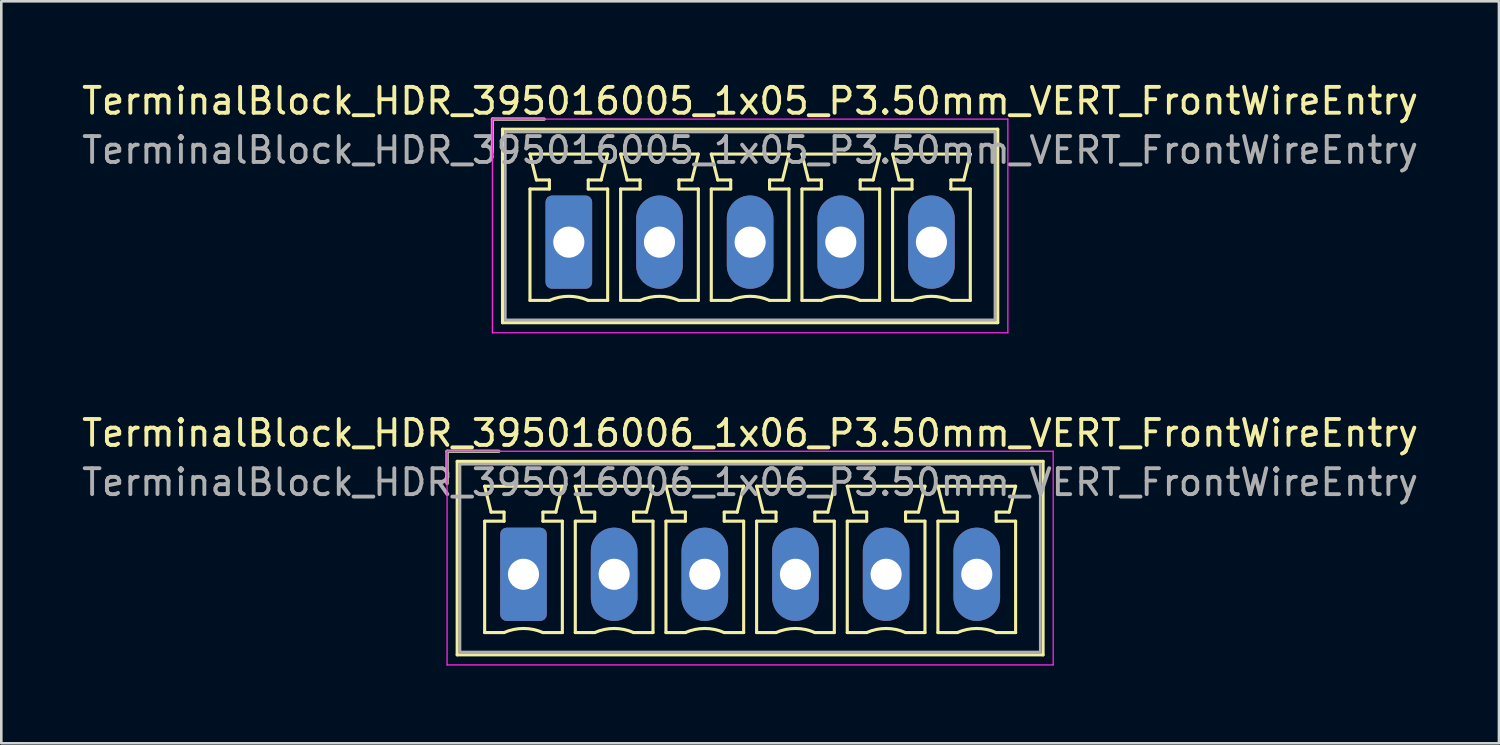
<source format=kicad_pcb>
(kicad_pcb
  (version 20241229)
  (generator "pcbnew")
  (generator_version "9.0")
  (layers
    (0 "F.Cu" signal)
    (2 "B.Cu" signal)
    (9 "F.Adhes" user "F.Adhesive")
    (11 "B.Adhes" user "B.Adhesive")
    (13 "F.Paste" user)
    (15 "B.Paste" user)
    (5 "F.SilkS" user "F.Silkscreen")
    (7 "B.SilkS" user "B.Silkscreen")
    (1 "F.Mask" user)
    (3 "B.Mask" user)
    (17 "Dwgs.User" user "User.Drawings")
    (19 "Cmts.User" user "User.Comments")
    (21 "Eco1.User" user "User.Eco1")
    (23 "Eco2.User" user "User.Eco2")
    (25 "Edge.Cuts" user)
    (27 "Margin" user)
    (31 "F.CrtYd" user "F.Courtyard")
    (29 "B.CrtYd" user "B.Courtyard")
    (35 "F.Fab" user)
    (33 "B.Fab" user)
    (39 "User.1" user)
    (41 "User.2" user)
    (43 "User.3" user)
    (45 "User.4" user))
  (footprint "TerminalBlock_HDR_395016005_1x05_P3.50mm_VERT_FrontWireEntry"
    (layer "F.Cu")
    (at 18.911 6.298)
    (property "Reference" "TerminalBlock_HDR_395016005_1x05_P3.50mm_VERT_FrontWireEntry" (at 7 -5.45 0) (layer "F.SilkS") (effects (font (size 1 1) (thickness 0.15))))
    (attr through_hole)
    (fp_line (start -2.95 -4.75) (end -0.95 -4.75) (stroke (width 0.12) (type solid)) (layer "F.SilkS"))
    (fp_line (start -2.95 -3.5) (end -2.95 -4.75) (stroke (width 0.12) (type solid)) (layer "F.SilkS"))
    (fp_line (start -2.56 -4.36) (end -2.56 3.11) (stroke (width 0.12) (type solid)) (layer "F.SilkS"))
    (fp_line (start -2.56 3.11) (end 16.56 3.11) (stroke (width 0.12) (type solid)) (layer "F.SilkS"))
    (fp_line (start -1.5 -3.4) (end 1.5 -3.4) (stroke (width 0.12) (type solid)) (layer "F.SilkS"))
    (fp_line (start -1.5 -2.05) (end -0.75 -2.05) (stroke (width 0.12) (type solid)) (layer "F.SilkS"))
    (fp_line (start -1.5 2.25) (end -1.5 -2.05) (stroke (width 0.12) (type solid)) (layer "F.SilkS"))
    (fp_line (start -1.25 -2.4) (end -1.5 -3.4) (stroke (width 0.12) (type solid)) (layer "F.SilkS"))
    (fp_line (start -0.75 -2.4) (end -1.25 -2.4) (stroke (width 0.12) (type solid)) (layer "F.SilkS"))
    (fp_line (start -0.75 -2.05) (end -0.75 -2.4) (stroke (width 0.12) (type solid)) (layer "F.SilkS"))
    (fp_line (start -0.75 2.25) (end -1.5 2.25) (stroke (width 0.12) (type solid)) (layer "F.SilkS"))
    (fp_line (start 0.75 -2.4) (end 0.75 -2.05) (stroke (width 0.12) (type solid)) (layer "F.SilkS"))
    (fp_line (start 0.75 -2.05) (end 1.5 -2.05) (stroke (width 0.12) (type solid)) (layer "F.SilkS"))
    (fp_line (start 1.25 -2.4) (end 0.75 -2.4) (stroke (width 0.12) (type solid)) (layer "F.SilkS"))
    (fp_line (start 1.5 -3.4) (end 1.25 -2.4) (stroke (width 0.12) (type solid)) (layer "F.SilkS"))
    (fp_line (start 1.5 -2.05) (end 1.5 2.25) (stroke (width 0.12) (type solid)) (layer "F.SilkS"))
    (fp_line (start 1.5 2.25) (end 0.75 2.25) (stroke (width 0.12) (type solid)) (layer "F.SilkS"))
    (fp_line (start 2 -3.4) (end 5 -3.4) (stroke (width 0.12) (type solid)) (layer "F.SilkS"))
    (fp_line (start 2 -2.05) (end 2.75 -2.05) (stroke (width 0.12) (type solid)) (layer "F.SilkS"))
    (fp_line (start 2 2.25) (end 2 -2.05) (stroke (width 0.12) (type solid)) (layer "F.SilkS"))
    (fp_line (start 2.25 -2.4) (end 2 -3.4) (stroke (width 0.12) (type solid)) (layer "F.SilkS"))
    (fp_line (start 2.75 -2.4) (end 2.25 -2.4) (stroke (width 0.12) (type solid)) (layer "F.SilkS"))
    (fp_line (start 2.75 -2.05) (end 2.75 -2.4) (stroke (width 0.12) (type solid)) (layer "F.SilkS"))
    (fp_line (start 2.75 2.25) (end 2 2.25) (stroke (width 0.12) (type solid)) (layer "F.SilkS"))
    (fp_line (start 4.25 -2.4) (end 4.25 -2.05) (stroke (width 0.12) (type solid)) (layer "F.SilkS"))
    (fp_line (start 4.25 -2.05) (end 5 -2.05) (stroke (width 0.12) (type solid)) (layer "F.SilkS"))
    (fp_line (start 4.75 -2.4) (end 4.25 -2.4) (stroke (width 0.12) (type solid)) (layer "F.SilkS"))
    (fp_line (start 5 -3.4) (end 4.75 -2.4) (stroke (width 0.12) (type solid)) (layer "F.SilkS"))
    (fp_line (start 5 -2.05) (end 5 2.25) (stroke (width 0.12) (type solid)) (layer "F.SilkS"))
    (fp_line (start 5 2.25) (end 4.25 2.25) (stroke (width 0.12) (type solid)) (layer "F.SilkS"))
    (fp_line (start 5.5 -3.4) (end 8.5 -3.4) (stroke (width 0.12) (type solid)) (layer "F.SilkS"))
    (fp_line (start 5.5 -2.05) (end 6.25 -2.05) (stroke (width 0.12) (type solid)) (layer "F.SilkS"))
    (fp_line (start 5.5 2.25) (end 5.5 -2.05) (stroke (width 0.12) (type solid)) (layer "F.SilkS"))
    (fp_line (start 5.75 -2.4) (end 5.5 -3.4) (stroke (width 0.12) (type solid)) (layer "F.SilkS"))
    (fp_line (start 6.25 -2.4) (end 5.75 -2.4) (stroke (width 0.12) (type solid)) (layer "F.SilkS"))
    (fp_line (start 6.25 -2.05) (end 6.25 -2.4) (stroke (width 0.12) (type solid)) (layer "F.SilkS"))
    (fp_line (start 6.25 2.25) (end 5.5 2.25) (stroke (width 0.12) (type solid)) (layer "F.SilkS"))
    (fp_line (start 7.75 -2.4) (end 7.75 -2.05) (stroke (width 0.12) (type solid)) (layer "F.SilkS"))
    (fp_line (start 7.75 -2.05) (end 8.5 -2.05) (stroke (width 0.12) (type solid)) (layer "F.SilkS"))
    (fp_line (start 8.25 -2.4) (end 7.75 -2.4) (stroke (width 0.12) (type solid)) (layer "F.SilkS"))
    (fp_line (start 8.5 -3.4) (end 8.25 -2.4) (stroke (width 0.12) (type solid)) (layer "F.SilkS"))
    (fp_line (start 8.5 -2.05) (end 8.5 2.25) (stroke (width 0.12) (type solid)) (layer "F.SilkS"))
    (fp_line (start 8.5 2.25) (end 7.75 2.25) (stroke (width 0.12) (type solid)) (layer "F.SilkS"))
    (fp_line (start 9 -3.4) (end 12 -3.4) (stroke (width 0.12) (type solid)) (layer "F.SilkS"))
    (fp_line (start 9 -2.05) (end 9.75 -2.05) (stroke (width 0.12) (type solid)) (layer "F.SilkS"))
    (fp_line (start 9 2.25) (end 9 -2.05) (stroke (width 0.12) (type solid)) (layer "F.SilkS"))
    (fp_line (start 9.25 -2.4) (end 9 -3.4) (stroke (width 0.12) (type solid)) (layer "F.SilkS"))
    (fp_line (start 9.75 -2.4) (end 9.25 -2.4) (stroke (width 0.12) (type solid)) (layer "F.SilkS"))
    (fp_line (start 9.75 -2.05) (end 9.75 -2.4) (stroke (width 0.12) (type solid)) (layer "F.SilkS"))
    (fp_line (start 9.75 2.25) (end 9 2.25) (stroke (width 0.12) (type solid)) (layer "F.SilkS"))
    (fp_line (start 11.25 -2.4) (end 11.25 -2.05) (stroke (width 0.12) (type solid)) (layer "F.SilkS"))
    (fp_line (start 11.25 -2.05) (end 12 -2.05) (stroke (width 0.12) (type solid)) (layer "F.SilkS"))
    (fp_line (start 11.75 -2.4) (end 11.25 -2.4) (stroke (width 0.12) (type solid)) (layer "F.SilkS"))
    (fp_line (start 12 -3.4) (end 11.75 -2.4) (stroke (width 0.12) (type solid)) (layer "F.SilkS"))
    (fp_line (start 12 -2.05) (end 12 2.25) (stroke (width 0.12) (type solid)) (layer "F.SilkS"))
    (fp_line (start 12 2.25) (end 11.25 2.25) (stroke (width 0.12) (type solid)) (layer "F.SilkS"))
    (fp_line (start 12.5 -3.4) (end 15.5 -3.4) (stroke (width 0.12) (type solid)) (layer "F.SilkS"))
    (fp_line (start 12.5 -2.05) (end 13.25 -2.05) (stroke (width 0.12) (type solid)) (layer "F.SilkS"))
    (fp_line (start 12.5 2.25) (end 12.5 -2.05) (stroke (width 0.12) (type solid)) (layer "F.SilkS"))
    (fp_line (start 12.75 -2.4) (end 12.5 -3.4) (stroke (width 0.12) (type solid)) (layer "F.SilkS"))
    (fp_line (start 13.25 -2.4) (end 12.75 -2.4) (stroke (width 0.12) (type solid)) (layer "F.SilkS"))
    (fp_line (start 13.25 -2.05) (end 13.25 -2.4) (stroke (width 0.12) (type solid)) (layer "F.SilkS"))
    (fp_line (start 13.25 2.25) (end 12.5 2.25) (stroke (width 0.12) (type solid)) (layer "F.SilkS"))
    (fp_line (start 14.75 -2.4) (end 14.75 -2.05) (stroke (width 0.12) (type solid)) (layer "F.SilkS"))
    (fp_line (start 14.75 -2.05) (end 15.5 -2.05) (stroke (width 0.12) (type solid)) (layer "F.SilkS"))
    (fp_line (start 15.25 -2.4) (end 14.75 -2.4) (stroke (width 0.12) (type solid)) (layer "F.SilkS"))
    (fp_line (start 15.5 -3.4) (end 15.25 -2.4) (stroke (width 0.12) (type solid)) (layer "F.SilkS"))
    (fp_line (start 15.5 -2.05) (end 15.5 2.25) (stroke (width 0.12) (type solid)) (layer "F.SilkS"))
    (fp_line (start 15.5 2.25) (end 14.75 2.25) (stroke (width 0.12) (type solid)) (layer "F.SilkS"))
    (fp_line (start 16.56 -4.36) (end -2.56 -4.36) (stroke (width 0.12) (type solid)) (layer "F.SilkS"))
    (fp_line (start 16.56 3.11) (end 16.56 -4.36) (stroke (width 0.12) (type solid)) (layer "F.SilkS"))
    (fp_arc (start -0.75 2.25) (mid -0.000193 2.09191) (end 0.749647 2.249844) (stroke (width 0.12) (type solid)) (layer "F.SilkS"))
    (fp_arc (start 2.75 2.25) (mid 3.499807 2.09191) (end 4.249647 2.249844) (stroke (width 0.12) (type solid)) (layer "F.SilkS"))
    (fp_arc (start 6.25 2.25) (mid 6.999807 2.09191) (end 7.749647 2.249844) (stroke (width 0.12) (type solid)) (layer "F.SilkS"))
    (fp_arc (start 9.75 2.25) (mid 10.499807 2.09191) (end 11.249647 2.249844) (stroke (width 0.12) (type solid)) (layer "F.SilkS"))
    (fp_arc (start 13.25 2.25) (mid 13.999807 2.09191) (end 14.749647 2.249844) (stroke (width 0.12) (type solid)) (layer "F.SilkS"))
    (fp_line (start -2.95 -4.75) (end -2.95 3.5) (stroke (width 0.05) (type solid)) (layer "F.CrtYd"))
    (fp_line (start -2.95 3.5) (end 16.95 3.5) (stroke (width 0.05) (type solid)) (layer "F.CrtYd"))
    (fp_line (start 16.95 -4.75) (end -2.95 -4.75) (stroke (width 0.05) (type solid)) (layer "F.CrtYd"))
    (fp_line (start 16.95 3.5) (end 16.95 -4.75) (stroke (width 0.05) (type solid)) (layer "F.CrtYd"))
    (fp_line (start -2.95 -4.75) (end -0.95 -4.75) (stroke (width 0.1) (type solid)) (layer "F.Fab"))
    (fp_line (start -2.95 -3.5) (end -2.95 -4.75) (stroke (width 0.1) (type solid)) (layer "F.Fab"))
    (fp_line (start -2.45 -4.25) (end -2.45 3) (stroke (width 0.1) (type solid)) (layer "F.Fab"))
    (fp_line (start -2.45 3) (end 16.45 3) (stroke (width 0.1) (type solid)) (layer "F.Fab"))
    (fp_line (start 16.45 -4.25) (end -2.45 -4.25) (stroke (width 0.1) (type solid)) (layer "F.Fab"))
    (fp_line (start 16.45 3) (end 16.45 -4.25) (stroke (width 0.1) (type solid)) (layer "F.Fab"))
    (fp_text user "${REFERENCE}" (at 7 -3.55 0) (layer "F.Fab") (effects (font (size 1 1) (thickness 0.15))))
    (pad "1" thru_hole roundrect (at 0 0) (size 1.8 3.6) (drill 1.2) (layers "*.Cu" "*.Mask") (roundrect_rratio 0.139))
    (pad "2" thru_hole oval (at 3.5 0) (size 1.8 3.6) (drill 1.2) (layers "*.Cu" "*.Mask"))
    (pad "3" thru_hole oval (at 7 0) (size 1.8 3.6) (drill 1.2) (layers "*.Cu" "*.Mask"))
    (pad "4" thru_hole oval (at 10.5 0) (size 1.8 3.6) (drill 1.2) (layers "*.Cu" "*.Mask"))
    (pad "5" thru_hole oval (at 14 0) (size 1.8 3.6) (drill 1.2) (layers "*.Cu" "*.Mask")))
  (footprint "TerminalBlock_HDR_395016006_1x06_P3.50mm_VERT_FrontWireEntry"
    (layer "F.Cu")
    (at 17.161 19.122)
    (property "Reference" "TerminalBlock_HDR_395016006_1x06_P3.50mm_VERT_FrontWireEntry" (at 8.75 -5.45 0) (layer "F.SilkS") (effects (font (size 1 1) (thickness 0.15))))
    (attr through_hole)
    (fp_line (start -2.95 -4.75) (end -0.95 -4.75) (stroke (width 0.12) (type solid)) (layer "F.SilkS"))
    (fp_line (start -2.95 -3.5) (end -2.95 -4.75) (stroke (width 0.12) (type solid)) (layer "F.SilkS"))
    (fp_line (start -2.56 -4.36) (end -2.56 3.11) (stroke (width 0.12) (type solid)) (layer "F.SilkS"))
    (fp_line (start -2.56 3.11) (end 20.06 3.11) (stroke (width 0.12) (type solid)) (layer "F.SilkS"))
    (fp_line (start -1.5 -3.4) (end 1.5 -3.4) (stroke (width 0.12) (type solid)) (layer "F.SilkS"))
    (fp_line (start -1.5 -2.05) (end -0.75 -2.05) (stroke (width 0.12) (type solid)) (layer "F.SilkS"))
    (fp_line (start -1.5 2.25) (end -1.5 -2.05) (stroke (width 0.12) (type solid)) (layer "F.SilkS"))
    (fp_line (start -1.25 -2.4) (end -1.5 -3.4) (stroke (width 0.12) (type solid)) (layer "F.SilkS"))
    (fp_line (start -0.75 -2.4) (end -1.25 -2.4) (stroke (width 0.12) (type solid)) (layer "F.SilkS"))
    (fp_line (start -0.75 -2.05) (end -0.75 -2.4) (stroke (width 0.12) (type solid)) (layer "F.SilkS"))
    (fp_line (start -0.75 2.25) (end -1.5 2.25) (stroke (width 0.12) (type solid)) (layer "F.SilkS"))
    (fp_line (start 0.75 -2.4) (end 0.75 -2.05) (stroke (width 0.12) (type solid)) (layer "F.SilkS"))
    (fp_line (start 0.75 -2.05) (end 1.5 -2.05) (stroke (width 0.12) (type solid)) (layer "F.SilkS"))
    (fp_line (start 1.25 -2.4) (end 0.75 -2.4) (stroke (width 0.12) (type solid)) (layer "F.SilkS"))
    (fp_line (start 1.5 -3.4) (end 1.25 -2.4) (stroke (width 0.12) (type solid)) (layer "F.SilkS"))
    (fp_line (start 1.5 -2.05) (end 1.5 2.25) (stroke (width 0.12) (type solid)) (layer "F.SilkS"))
    (fp_line (start 1.5 2.25) (end 0.75 2.25) (stroke (width 0.12) (type solid)) (layer "F.SilkS"))
    (fp_line (start 2 -3.4) (end 5 -3.4) (stroke (width 0.12) (type solid)) (layer "F.SilkS"))
    (fp_line (start 2 -2.05) (end 2.75 -2.05) (stroke (width 0.12) (type solid)) (layer "F.SilkS"))
    (fp_line (start 2 2.25) (end 2 -2.05) (stroke (width 0.12) (type solid)) (layer "F.SilkS"))
    (fp_line (start 2.25 -2.4) (end 2 -3.4) (stroke (width 0.12) (type solid)) (layer "F.SilkS"))
    (fp_line (start 2.75 -2.4) (end 2.25 -2.4) (stroke (width 0.12) (type solid)) (layer "F.SilkS"))
    (fp_line (start 2.75 -2.05) (end 2.75 -2.4) (stroke (width 0.12) (type solid)) (layer "F.SilkS"))
    (fp_line (start 2.75 2.25) (end 2 2.25) (stroke (width 0.12) (type solid)) (layer "F.SilkS"))
    (fp_line (start 4.25 -2.4) (end 4.25 -2.05) (stroke (width 0.12) (type solid)) (layer "F.SilkS"))
    (fp_line (start 4.25 -2.05) (end 5 -2.05) (stroke (width 0.12) (type solid)) (layer "F.SilkS"))
    (fp_line (start 4.75 -2.4) (end 4.25 -2.4) (stroke (width 0.12) (type solid)) (layer "F.SilkS"))
    (fp_line (start 5 -3.4) (end 4.75 -2.4) (stroke (width 0.12) (type solid)) (layer "F.SilkS"))
    (fp_line (start 5 -2.05) (end 5 2.25) (stroke (width 0.12) (type solid)) (layer "F.SilkS"))
    (fp_line (start 5 2.25) (end 4.25 2.25) (stroke (width 0.12) (type solid)) (layer "F.SilkS"))
    (fp_line (start 5.5 -3.4) (end 8.5 -3.4) (stroke (width 0.12) (type solid)) (layer "F.SilkS"))
    (fp_line (start 5.5 -2.05) (end 6.25 -2.05) (stroke (width 0.12) (type solid)) (layer "F.SilkS"))
    (fp_line (start 5.5 2.25) (end 5.5 -2.05) (stroke (width 0.12) (type solid)) (layer "F.SilkS"))
    (fp_line (start 5.75 -2.4) (end 5.5 -3.4) (stroke (width 0.12) (type solid)) (layer "F.SilkS"))
    (fp_line (start 6.25 -2.4) (end 5.75 -2.4) (stroke (width 0.12) (type solid)) (layer "F.SilkS"))
    (fp_line (start 6.25 -2.05) (end 6.25 -2.4) (stroke (width 0.12) (type solid)) (layer "F.SilkS"))
    (fp_line (start 6.25 2.25) (end 5.5 2.25) (stroke (width 0.12) (type solid)) (layer "F.SilkS"))
    (fp_line (start 7.75 -2.4) (end 7.75 -2.05) (stroke (width 0.12) (type solid)) (layer "F.SilkS"))
    (fp_line (start 7.75 -2.05) (end 8.5 -2.05) (stroke (width 0.12) (type solid)) (layer "F.SilkS"))
    (fp_line (start 8.25 -2.4) (end 7.75 -2.4) (stroke (width 0.12) (type solid)) (layer "F.SilkS"))
    (fp_line (start 8.5 -3.4) (end 8.25 -2.4) (stroke (width 0.12) (type solid)) (layer "F.SilkS"))
    (fp_line (start 8.5 -2.05) (end 8.5 2.25) (stroke (width 0.12) (type solid)) (layer "F.SilkS"))
    (fp_line (start 8.5 2.25) (end 7.75 2.25) (stroke (width 0.12) (type solid)) (layer "F.SilkS"))
    (fp_line (start 9 -3.4) (end 12 -3.4) (stroke (width 0.12) (type solid)) (layer "F.SilkS"))
    (fp_line (start 9 -2.05) (end 9.75 -2.05) (stroke (width 0.12) (type solid)) (layer "F.SilkS"))
    (fp_line (start 9 2.25) (end 9 -2.05) (stroke (width 0.12) (type solid)) (layer "F.SilkS"))
    (fp_line (start 9.25 -2.4) (end 9 -3.4) (stroke (width 0.12) (type solid)) (layer "F.SilkS"))
    (fp_line (start 9.75 -2.4) (end 9.25 -2.4) (stroke (width 0.12) (type solid)) (layer "F.SilkS"))
    (fp_line (start 9.75 -2.05) (end 9.75 -2.4) (stroke (width 0.12) (type solid)) (layer "F.SilkS"))
    (fp_line (start 9.75 2.25) (end 9 2.25) (stroke (width 0.12) (type solid)) (layer "F.SilkS"))
    (fp_line (start 11.25 -2.4) (end 11.25 -2.05) (stroke (width 0.12) (type solid)) (layer "F.SilkS"))
    (fp_line (start 11.25 -2.05) (end 12 -2.05) (stroke (width 0.12) (type solid)) (layer "F.SilkS"))
    (fp_line (start 11.75 -2.4) (end 11.25 -2.4) (stroke (width 0.12) (type solid)) (layer "F.SilkS"))
    (fp_line (start 12 -3.4) (end 11.75 -2.4) (stroke (width 0.12) (type solid)) (layer "F.SilkS"))
    (fp_line (start 12 -2.05) (end 12 2.25) (stroke (width 0.12) (type solid)) (layer "F.SilkS"))
    (fp_line (start 12 2.25) (end 11.25 2.25) (stroke (width 0.12) (type solid)) (layer "F.SilkS"))
    (fp_line (start 12.5 -3.4) (end 15.5 -3.4) (stroke (width 0.12) (type solid)) (layer "F.SilkS"))
    (fp_line (start 12.5 -2.05) (end 13.25 -2.05) (stroke (width 0.12) (type solid)) (layer "F.SilkS"))
    (fp_line (start 12.5 2.25) (end 12.5 -2.05) (stroke (width 0.12) (type solid)) (layer "F.SilkS"))
    (fp_line (start 12.75 -2.4) (end 12.5 -3.4) (stroke (width 0.12) (type solid)) (layer "F.SilkS"))
    (fp_line (start 13.25 -2.4) (end 12.75 -2.4) (stroke (width 0.12) (type solid)) (layer "F.SilkS"))
    (fp_line (start 13.25 -2.05) (end 13.25 -2.4) (stroke (width 0.12) (type solid)) (layer "F.SilkS"))
    (fp_line (start 13.25 2.25) (end 12.5 2.25) (stroke (width 0.12) (type solid)) (layer "F.SilkS"))
    (fp_line (start 14.75 -2.4) (end 14.75 -2.05) (stroke (width 0.12) (type solid)) (layer "F.SilkS"))
    (fp_line (start 14.75 -2.05) (end 15.5 -2.05) (stroke (width 0.12) (type solid)) (layer "F.SilkS"))
    (fp_line (start 15.25 -2.4) (end 14.75 -2.4) (stroke (width 0.12) (type solid)) (layer "F.SilkS"))
    (fp_line (start 15.5 -3.4) (end 15.25 -2.4) (stroke (width 0.12) (type solid)) (layer "F.SilkS"))
    (fp_line (start 15.5 -2.05) (end 15.5 2.25) (stroke (width 0.12) (type solid)) (layer "F.SilkS"))
    (fp_line (start 15.5 2.25) (end 14.75 2.25) (stroke (width 0.12) (type solid)) (layer "F.SilkS"))
    (fp_line (start 16 -3.4) (end 19 -3.4) (stroke (width 0.12) (type solid)) (layer "F.SilkS"))
    (fp_line (start 16 -2.05) (end 16.75 -2.05) (stroke (width 0.12) (type solid)) (layer "F.SilkS"))
    (fp_line (start 16 2.25) (end 16 -2.05) (stroke (width 0.12) (type solid)) (layer "F.SilkS"))
    (fp_line (start 16.25 -2.4) (end 16 -3.4) (stroke (width 0.12) (type solid)) (layer "F.SilkS"))
    (fp_line (start 16.75 -2.4) (end 16.25 -2.4) (stroke (width 0.12) (type solid)) (layer "F.SilkS"))
    (fp_line (start 16.75 -2.05) (end 16.75 -2.4) (stroke (width 0.12) (type solid)) (layer "F.SilkS"))
    (fp_line (start 16.75 2.25) (end 16 2.25) (stroke (width 0.12) (type solid)) (layer "F.SilkS"))
    (fp_line (start 18.25 -2.4) (end 18.25 -2.05) (stroke (width 0.12) (type solid)) (layer "F.SilkS"))
    (fp_line (start 18.25 -2.05) (end 19 -2.05) (stroke (width 0.12) (type solid)) (layer "F.SilkS"))
    (fp_line (start 18.75 -2.4) (end 18.25 -2.4) (stroke (width 0.12) (type solid)) (layer "F.SilkS"))
    (fp_line (start 19 -3.4) (end 18.75 -2.4) (stroke (width 0.12) (type solid)) (layer "F.SilkS"))
    (fp_line (start 19 -2.05) (end 19 2.25) (stroke (width 0.12) (type solid)) (layer "F.SilkS"))
    (fp_line (start 19 2.25) (end 18.25 2.25) (stroke (width 0.12) (type solid)) (layer "F.SilkS"))
    (fp_line (start 20.06 -4.36) (end -2.56 -4.36) (stroke (width 0.12) (type solid)) (layer "F.SilkS"))
    (fp_line (start 20.06 3.11) (end 20.06 -4.36) (stroke (width 0.12) (type solid)) (layer "F.SilkS"))
    (fp_arc (start -0.75 2.25) (mid -0.000193 2.09191) (end 0.749647 2.249844) (stroke (width 0.12) (type solid)) (layer "F.SilkS"))
    (fp_arc (start 2.75 2.25) (mid 3.499807 2.09191) (end 4.249647 2.249844) (stroke (width 0.12) (type solid)) (layer "F.SilkS"))
    (fp_arc (start 6.25 2.25) (mid 6.999807 2.09191) (end 7.749647 2.249844) (stroke (width 0.12) (type solid)) (layer "F.SilkS"))
    (fp_arc (start 9.75 2.25) (mid 10.499807 2.09191) (end 11.249647 2.249844) (stroke (width 0.12) (type solid)) (layer "F.SilkS"))
    (fp_arc (start 13.25 2.25) (mid 13.999807 2.09191) (end 14.749647 2.249844) (stroke (width 0.12) (type solid)) (layer "F.SilkS"))
    (fp_arc (start 16.75 2.25) (mid 17.499807 2.09191) (end 18.249647 2.249844) (stroke (width 0.12) (type solid)) (layer "F.SilkS"))
    (fp_line (start -2.95 -4.75) (end -2.95 3.5) (stroke (width 0.05) (type solid)) (layer "F.CrtYd"))
    (fp_line (start -2.95 3.5) (end 20.45 3.5) (stroke (width 0.05) (type solid)) (layer "F.CrtYd"))
    (fp_line (start 20.45 -4.75) (end -2.95 -4.75) (stroke (width 0.05) (type solid)) (layer "F.CrtYd"))
    (fp_line (start 20.45 3.5) (end 20.45 -4.75) (stroke (width 0.05) (type solid)) (layer "F.CrtYd"))
    (fp_line (start -2.95 -4.75) (end -0.95 -4.75) (stroke (width 0.1) (type solid)) (layer "F.Fab"))
    (fp_line (start -2.95 -3.5) (end -2.95 -4.75) (stroke (width 0.1) (type solid)) (layer "F.Fab"))
    (fp_line (start -2.45 -4.25) (end -2.45 3) (stroke (width 0.1) (type solid)) (layer "F.Fab"))
    (fp_line (start -2.45 3) (end 19.95 3) (stroke (width 0.1) (type solid)) (layer "F.Fab"))
    (fp_line (start 19.95 -4.25) (end -2.45 -4.25) (stroke (width 0.1) (type solid)) (layer "F.Fab"))
    (fp_line (start 19.95 3) (end 19.95 -4.25) (stroke (width 0.1) (type solid)) (layer "F.Fab"))
    (fp_text user "${REFERENCE}" (at 8.75 -3.55 0) (layer "F.Fab") (effects (font (size 1 1) (thickness 0.15))))
    (pad "1" thru_hole roundrect (at 0 0) (size 1.8 3.6) (drill 1.2) (layers "*.Cu" "*.Mask") (roundrect_rratio 0.139))
    (pad "2" thru_hole oval (at 3.5 0) (size 1.8 3.6) (drill 1.2) (layers "*.Cu" "*.Mask"))
    (pad "3" thru_hole oval (at 7 0) (size 1.8 3.6) (drill 1.2) (layers "*.Cu" "*.Mask"))
    (pad "4" thru_hole oval (at 10.5 0) (size 1.8 3.6) (drill 1.2) (layers "*.Cu" "*.Mask"))
    (pad "5" thru_hole oval (at 14 0) (size 1.8 3.6) (drill 1.2) (layers "*.Cu" "*.Mask"))
    (pad "6" thru_hole oval (at 17.5 0) (size 1.8 3.6) (drill 1.2) (layers "*.Cu" "*.Mask")))
  (gr_rect
    (start -3 -3)
    (end 54.821 25.646)
    (stroke (width 0.1) (type default))
    (fill no)
    (layer "Edge.Cuts")))
</source>
